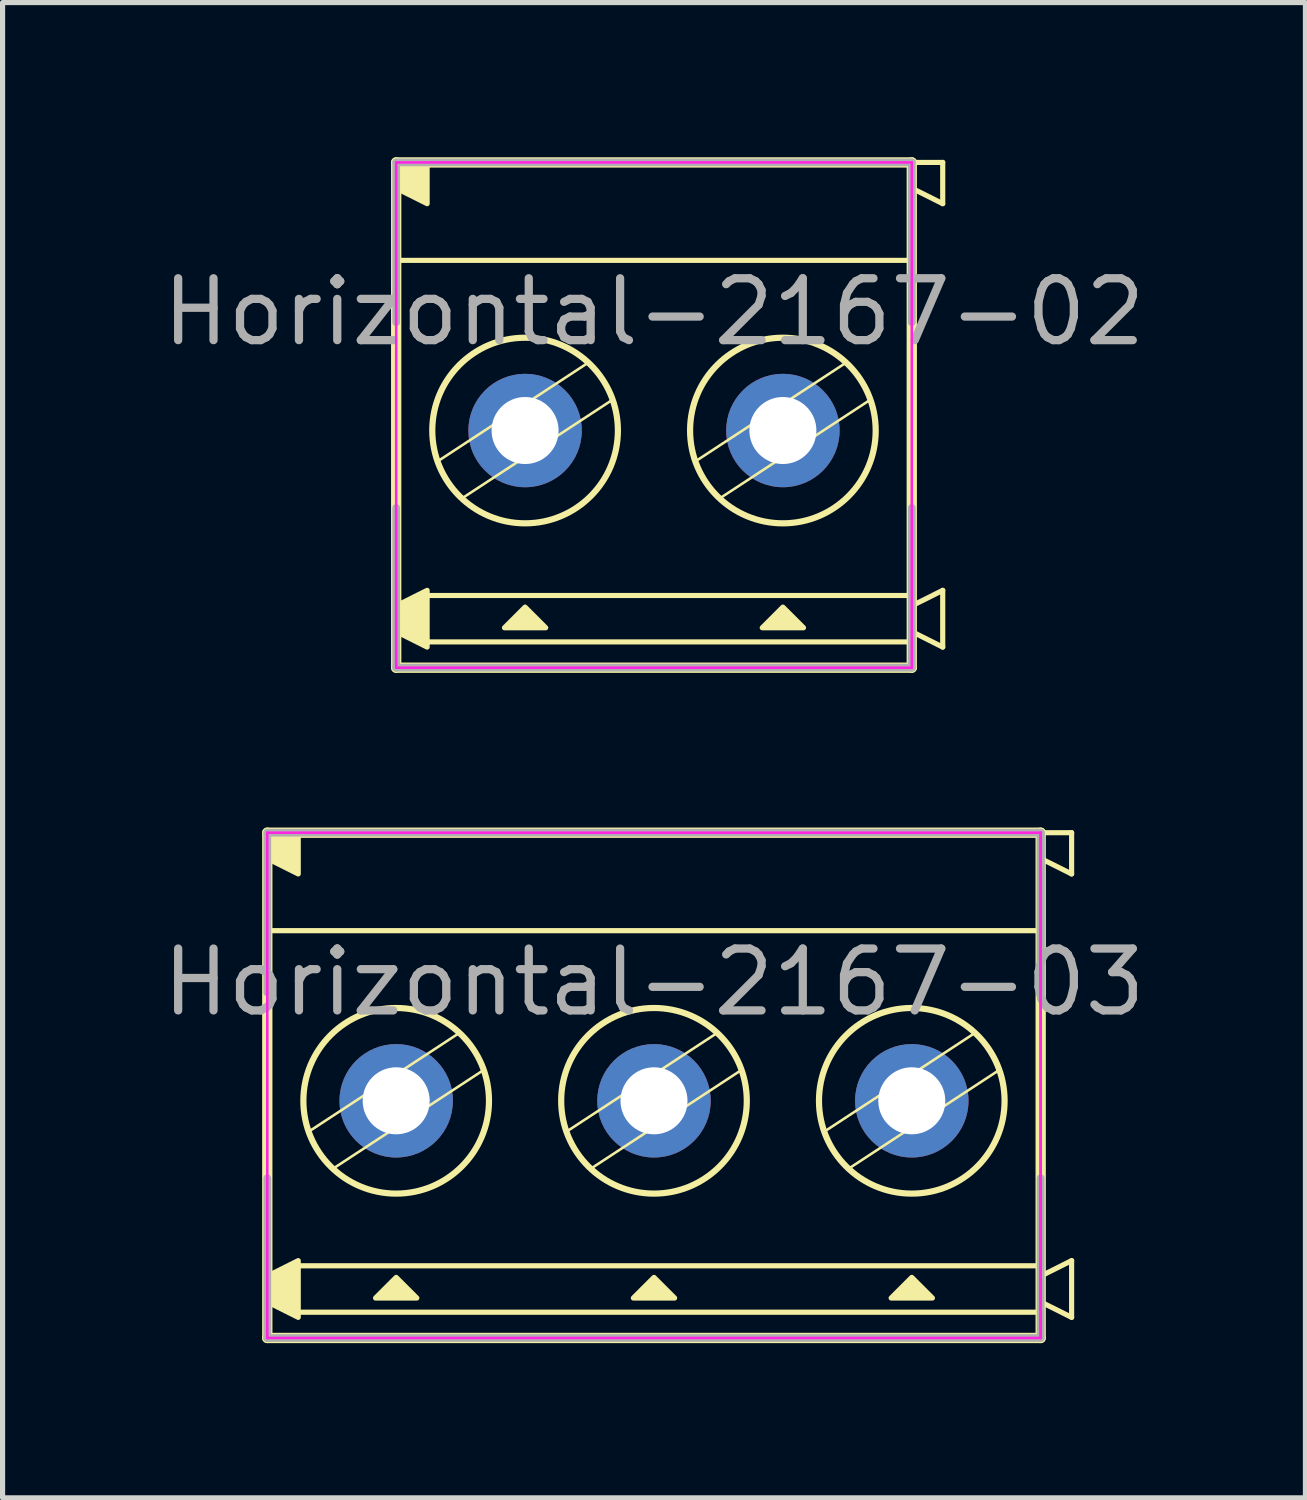
<source format=kicad_pcb>
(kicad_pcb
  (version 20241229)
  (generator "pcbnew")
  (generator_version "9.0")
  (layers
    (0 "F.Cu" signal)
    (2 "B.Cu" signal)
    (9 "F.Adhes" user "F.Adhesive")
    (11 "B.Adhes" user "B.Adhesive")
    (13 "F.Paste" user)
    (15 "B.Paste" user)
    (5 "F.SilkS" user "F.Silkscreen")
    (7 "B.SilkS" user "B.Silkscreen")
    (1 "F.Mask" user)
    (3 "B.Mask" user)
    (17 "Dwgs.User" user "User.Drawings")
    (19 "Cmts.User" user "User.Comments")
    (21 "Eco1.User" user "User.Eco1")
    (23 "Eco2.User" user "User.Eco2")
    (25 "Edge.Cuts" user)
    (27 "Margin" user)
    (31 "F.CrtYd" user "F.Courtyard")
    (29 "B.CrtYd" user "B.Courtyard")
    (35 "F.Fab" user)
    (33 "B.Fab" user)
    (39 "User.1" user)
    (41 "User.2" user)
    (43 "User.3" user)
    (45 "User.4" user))
  (footprint "Horizontal-2167-03"
    (layer "F.Cu")
    (at 9.634 18.3)
    (property "Reference" "Horizontal-2167-03" (at 0 -2.3 180) (layer "F.Fab") (effects (font (size 1.2 1.2) (thickness 0.16))))
    (attr through_hole)
    (fp_line (start -7.5 -5.2) (end -7.5 4.6) (stroke (width 0.2) (type solid)) (layer "F.SilkS"))
    (fp_line (start -7.5 -5.2) (end 7.5 -5.2) (stroke (width 0.2) (type solid)) (layer "F.SilkS"))
    (fp_line (start -7.5 -3.3) (end 7.5 -3.3) (stroke (width 0.1) (type solid)) (layer "F.SilkS"))
    (fp_line (start -7.5 4.6) (end 7.5 4.6) (stroke (width 0.2) (type solid)) (layer "F.SilkS"))
    (fp_line (start -6.7 0.6) (end -3.8 -1.3) (stroke (width 0.05) (type solid)) (layer "F.SilkS"))
    (fp_line (start -6.2 1.3) (end -3.3 -0.6) (stroke (width 0.05) (type solid)) (layer "F.SilkS"))
    (fp_line (start -1.7 0.6) (end 1.2 -1.3) (stroke (width 0.05) (type solid)) (layer "F.SilkS"))
    (fp_line (start -1.2 1.3) (end 1.7 -0.6) (stroke (width 0.05) (type solid)) (layer "F.SilkS"))
    (fp_line (start 3.3 0.6) (end 6.2 -1.3) (stroke (width 0.05) (type solid)) (layer "F.SilkS"))
    (fp_line (start 3.8 1.3) (end 6.7 -0.6) (stroke (width 0.05) (type solid)) (layer "F.SilkS"))
    (fp_line (start 7.5 -5.2) (end 7.5 4.6) (stroke (width 0.2) (type solid)) (layer "F.SilkS"))
    (fp_line (start 7.5 -4.7) (end 8.1 -4.4) (stroke (width 0.1) (type solid)) (layer "F.SilkS"))
    (fp_line (start 7.5 3.2) (end -6.9 3.2) (stroke (width 0.1) (type solid)) (layer "F.SilkS"))
    (fp_line (start 7.5 3.9) (end 8.1 4.2) (stroke (width 0.1) (type solid)) (layer "F.SilkS"))
    (fp_line (start 7.5 4.1) (end -6.9 4.1) (stroke (width 0.1) (type solid)) (layer "F.SilkS"))
    (fp_line (start 8.1 -5.2) (end 7.5 -5.2) (stroke (width 0.1) (type solid)) (layer "F.SilkS"))
    (fp_line (start 8.1 -4.4) (end 8.1 -5.2) (stroke (width 0.1) (type solid)) (layer "F.SilkS"))
    (fp_line (start 8.1 3.1) (end 7.5 3.4) (stroke (width 0.1) (type solid)) (layer "F.SilkS"))
    (fp_line (start 8.1 4.2) (end 8.1 3.1) (stroke (width 0.1) (type solid)) (layer "F.SilkS"))
    (fp_circle (center -5 0) (end -3.2 0) (stroke (width 0.12) (type solid)) (fill no) (layer "F.SilkS"))
    (fp_circle (center 0 0) (end 1.8 0) (stroke (width 0.12) (type solid)) (fill no) (layer "F.SilkS"))
    (fp_circle (center 5 0) (end 6.8 0) (stroke (width 0.12) (type solid)) (fill no) (layer "F.SilkS"))
    (fp_poly (pts (xy -4.6 3.825) (xy -5.4 3.825) (xy -5 3.425)) (stroke (width 0.1) (type solid)) (fill yes) (layer "F.SilkS"))
    (fp_poly (pts (xy 0.4 3.825) (xy -0.4 3.825) (xy 0 3.425)) (stroke (width 0.1) (type solid)) (fill yes) (layer "F.SilkS"))
    (fp_poly (pts (xy 5.4 3.825) (xy 4.6 3.825) (xy 5 3.425)) (stroke (width 0.1) (type solid)) (fill yes) (layer "F.SilkS"))
    (fp_poly (pts (xy -6.9 -4.4) (xy -7.5 -4.7) (xy -7.5 -5.2) (xy -6.9 -5.2)) (stroke (width 0.1) (type solid)) (fill yes) (layer "F.SilkS"))
    (fp_poly (pts (xy -6.9 4.2) (xy -7.5 3.9) (xy -7.5 3.4) (xy -6.9 3.1)) (stroke (width 0.1) (type solid)) (fill yes) (layer "F.SilkS"))
    (fp_line (start -7.5 -5.2) (end -7.5 4.6) (stroke (width 0.05) (type solid)) (layer "F.CrtYd"))
    (fp_line (start -7.5 -5.2) (end 7.5 -5.2) (stroke (width 0.05) (type solid)) (layer "F.CrtYd"))
    (fp_line (start -7.5 4.6) (end 7.5 4.6) (stroke (width 0.05) (type solid)) (layer "F.CrtYd"))
    (fp_line (start 7.5 -5.2) (end 7.5 4.6) (stroke (width 0.05) (type solid)) (layer "F.CrtYd"))
    (fp_line (start 7.5 -5.2) (end 7.5 4.6) (stroke (width 0.05) (type solid)) (layer "F.CrtYd"))
    (fp_line (start -7.5 -5.2) (end -7.5 -2.1) (stroke (width 0.15) (type solid)) (layer "F.Fab"))
    (fp_line (start -7.5 -5.2) (end 7.5 -5.2) (stroke (width 0.15) (type solid)) (layer "F.Fab"))
    (fp_line (start -7.5 1.5) (end -7.5 4.6) (stroke (width 0.15) (type solid)) (layer "F.Fab"))
    (fp_line (start -7.5 4.6) (end 7.5 4.6) (stroke (width 0.15) (type solid)) (layer "F.Fab"))
    (fp_line (start 7.5 -5.2) (end 7.5 -2.1) (stroke (width 0.15) (type solid)) (layer "F.Fab"))
    (fp_line (start 7.5 -5.2) (end 7.5 -2.1) (stroke (width 0.15) (type solid)) (layer "F.Fab"))
    (fp_line (start 7.5 1.5) (end 7.5 4.6) (stroke (width 0.15) (type solid)) (layer "F.Fab"))
    (pad "1" thru_hole circle (at -5 0) (size 2.2 2.2) (drill 1.3) (layers "*.Cu" "*.Mask"))
    (pad "2" thru_hole circle (at 0 0) (size 2.2 2.2) (drill 1.3) (layers "*.Cu" "*.Mask"))
    (pad "3" thru_hole circle (at 5 0) (size 2.2 2.2) (drill 1.3) (layers "*.Cu" "*.Mask")))
  (footprint "Horizontal-2167-02"
    (layer "F.Cu")
    (at 9.634 5.3)
    (property "Reference" "Horizontal-2167-02" (at 0 -2.3 180) (layer "F.Fab") (effects (font (size 1.2 1.2) (thickness 0.16))))
    (attr through_hole)
    (fp_line (start -5 -5.2) (end -5 4.6) (stroke (width 0.2) (type solid)) (layer "F.SilkS"))
    (fp_line (start -5 -5.2) (end 5 -5.2) (stroke (width 0.2) (type solid)) (layer "F.SilkS"))
    (fp_line (start -5 -3.3) (end 5 -3.3) (stroke (width 0.1) (type solid)) (layer "F.SilkS"))
    (fp_line (start -5 4.6) (end 5 4.6) (stroke (width 0.2) (type solid)) (layer "F.SilkS"))
    (fp_line (start -4.2 0.6) (end -1.3 -1.3) (stroke (width 0.05) (type solid)) (layer "F.SilkS"))
    (fp_line (start -3.7 1.3) (end -0.8 -0.6) (stroke (width 0.05) (type solid)) (layer "F.SilkS"))
    (fp_line (start 0.8 0.6) (end 3.7 -1.3) (stroke (width 0.05) (type solid)) (layer "F.SilkS"))
    (fp_line (start 1.3 1.3) (end 4.2 -0.6) (stroke (width 0.05) (type solid)) (layer "F.SilkS"))
    (fp_line (start 5 -5.2) (end 5 4.6) (stroke (width 0.2) (type solid)) (layer "F.SilkS"))
    (fp_line (start 5 -4.7) (end 5.6 -4.4) (stroke (width 0.1) (type solid)) (layer "F.SilkS"))
    (fp_line (start 5 3.2) (end -4.4 3.2) (stroke (width 0.1) (type solid)) (layer "F.SilkS"))
    (fp_line (start 5 3.9) (end 5.6 4.2) (stroke (width 0.1) (type solid)) (layer "F.SilkS"))
    (fp_line (start 5 4.1) (end -4.4 4.1) (stroke (width 0.1) (type solid)) (layer "F.SilkS"))
    (fp_line (start 5.6 -5.2) (end 5 -5.2) (stroke (width 0.1) (type solid)) (layer "F.SilkS"))
    (fp_line (start 5.6 -4.4) (end 5.6 -5.2) (stroke (width 0.1) (type solid)) (layer "F.SilkS"))
    (fp_line (start 5.6 3.1) (end 5 3.4) (stroke (width 0.1) (type solid)) (layer "F.SilkS"))
    (fp_line (start 5.6 4.2) (end 5.6 3.1) (stroke (width 0.1) (type solid)) (layer "F.SilkS"))
    (fp_circle (center -2.5 0) (end -0.7 0) (stroke (width 0.12) (type solid)) (fill no) (layer "F.SilkS"))
    (fp_circle (center 2.5 0) (end 4.3 0) (stroke (width 0.12) (type solid)) (fill no) (layer "F.SilkS"))
    (fp_poly (pts (xy -2.1 3.825) (xy -2.9 3.825) (xy -2.5 3.425)) (stroke (width 0.1) (type solid)) (fill yes) (layer "F.SilkS"))
    (fp_poly (pts (xy 2.9 3.825) (xy 2.1 3.825) (xy 2.5 3.425)) (stroke (width 0.1) (type solid)) (fill yes) (layer "F.SilkS"))
    (fp_poly (pts (xy -4.4 -4.4) (xy -5 -4.7) (xy -5 -5.2) (xy -4.4 -5.2)) (stroke (width 0.1) (type solid)) (fill yes) (layer "F.SilkS"))
    (fp_poly (pts (xy -4.4 4.2) (xy -5 3.9) (xy -5 3.4) (xy -4.4 3.1)) (stroke (width 0.1) (type solid)) (fill yes) (layer "F.SilkS"))
    (fp_line (start -5 -5.2) (end -5 4.6) (stroke (width 0.05) (type solid)) (layer "F.CrtYd"))
    (fp_line (start -5 -5.2) (end 5 -5.2) (stroke (width 0.05) (type solid)) (layer "F.CrtYd"))
    (fp_line (start -5 4.6) (end 5 4.6) (stroke (width 0.05) (type solid)) (layer "F.CrtYd"))
    (fp_line (start 5 -5.2) (end 5 4.6) (stroke (width 0.05) (type solid)) (layer "F.CrtYd"))
    (fp_line (start -5 -5.2) (end -5 -2.1) (stroke (width 0.15) (type solid)) (layer "F.Fab"))
    (fp_line (start -5 -5.2) (end 5 -5.2) (stroke (width 0.15) (type solid)) (layer "F.Fab"))
    (fp_line (start -5 1.5) (end -5 4.6) (stroke (width 0.15) (type solid)) (layer "F.Fab"))
    (fp_line (start -5 4.6) (end 5 4.6) (stroke (width 0.15) (type solid)) (layer "F.Fab"))
    (fp_line (start 5 -5.2) (end 5 -2.1) (stroke (width 0.15) (type solid)) (layer "F.Fab"))
    (fp_line (start 5 1.5) (end 5 4.6) (stroke (width 0.15) (type solid)) (layer "F.Fab"))
    (pad "1" thru_hole circle (at -2.5 0) (size 2.2 2.2) (drill 1.3) (layers "*.Cu" "*.Mask"))
    (pad "2" thru_hole circle (at 2.5 0) (size 2.2 2.2) (drill 1.3) (layers "*.Cu" "*.Mask")))
  (gr_rect
    (start -3 -3)
    (end 22.269 26)
    (stroke (width 0.1) (type default))
    (fill no)
    (layer "Edge.Cuts")))
</source>
